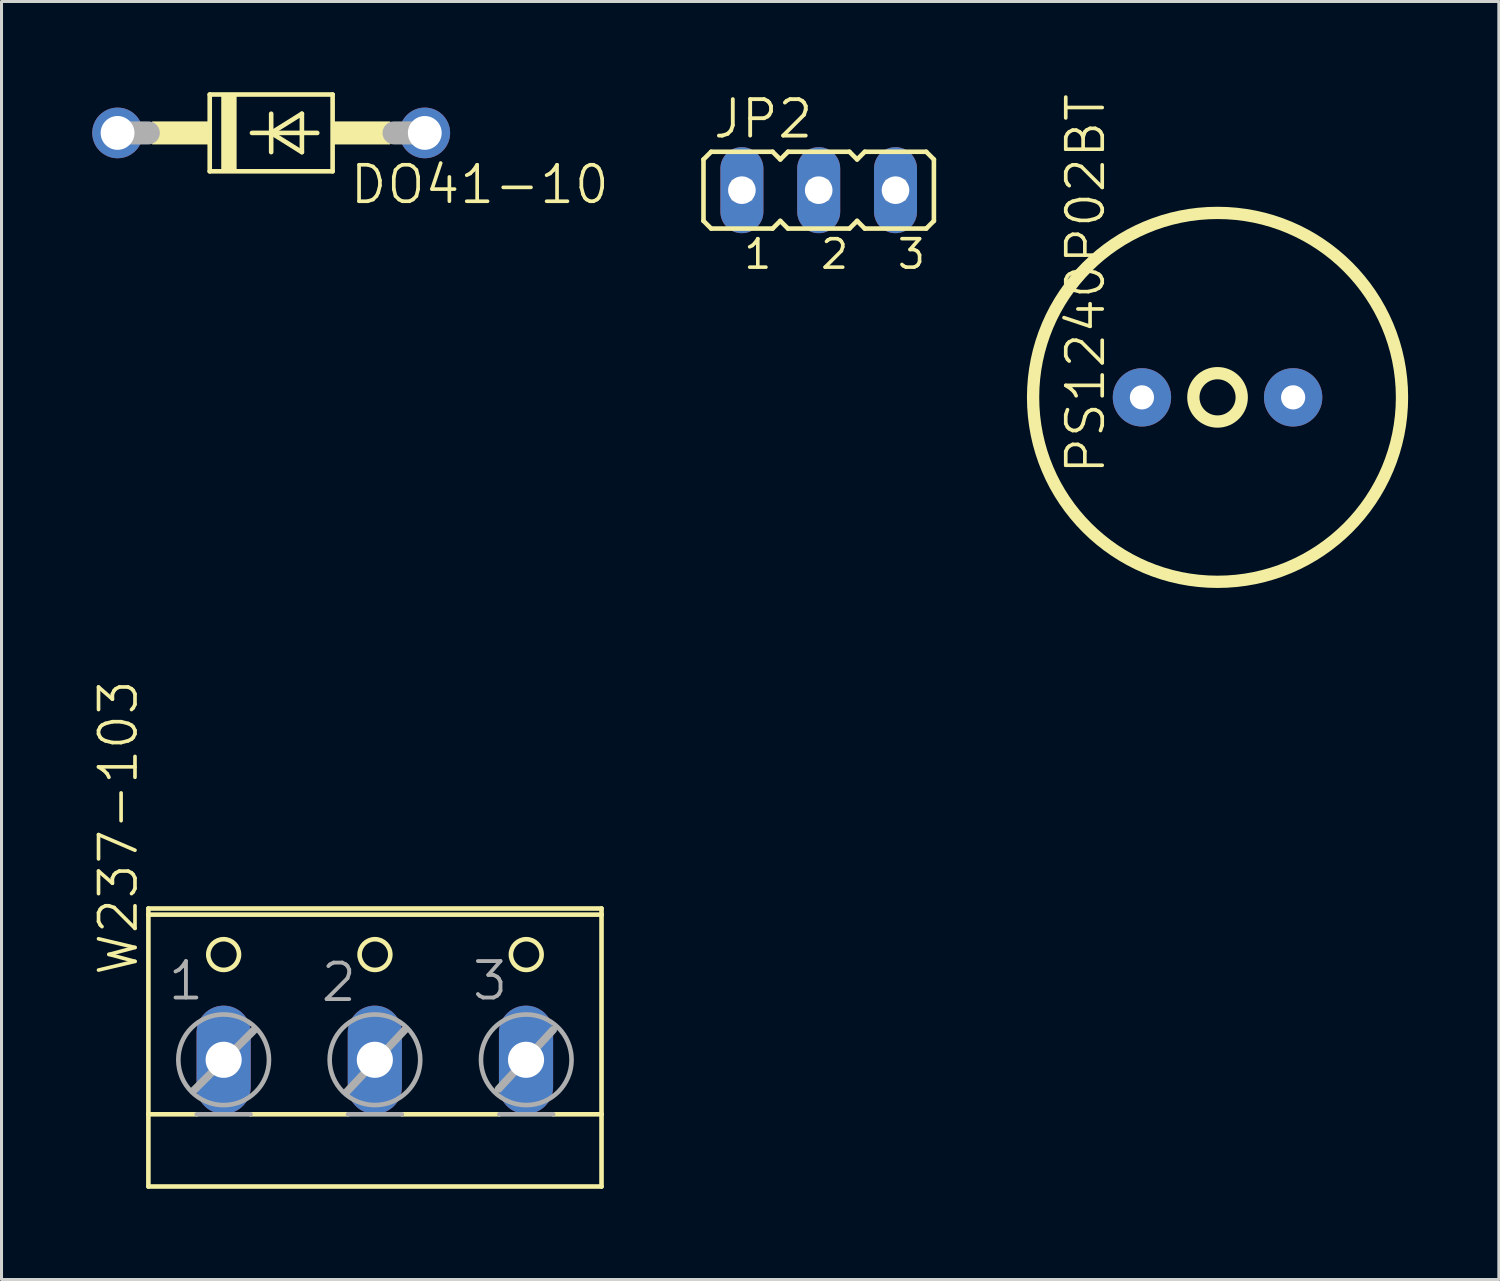
<source format=kicad_pcb>
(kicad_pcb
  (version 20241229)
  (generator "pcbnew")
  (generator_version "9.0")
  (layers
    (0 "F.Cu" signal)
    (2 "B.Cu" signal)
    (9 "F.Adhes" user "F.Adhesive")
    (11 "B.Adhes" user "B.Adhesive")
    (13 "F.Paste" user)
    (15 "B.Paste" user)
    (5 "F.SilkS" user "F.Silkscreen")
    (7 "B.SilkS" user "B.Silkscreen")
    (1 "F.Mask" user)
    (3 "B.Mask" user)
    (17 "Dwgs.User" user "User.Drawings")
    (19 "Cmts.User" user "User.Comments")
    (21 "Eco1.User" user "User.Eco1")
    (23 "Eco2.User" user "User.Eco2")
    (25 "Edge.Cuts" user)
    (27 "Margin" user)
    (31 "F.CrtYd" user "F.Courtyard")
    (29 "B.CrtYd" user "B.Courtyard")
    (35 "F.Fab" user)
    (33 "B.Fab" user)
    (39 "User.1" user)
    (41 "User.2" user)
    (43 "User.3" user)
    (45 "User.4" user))
  (footprint "JP2"
    (layer "F.Cu")
    (at 24.025 3.239)
    (property "Reference" "JP2" (at -3.556 -1.651 0) (layer "F.SilkS") (effects (font (size 1.206 1.206) (thickness 0.127)) (justify left bottom)))
    (attr through_hole)
    (fp_line (start -3.81 -1.016) (end -3.556 -1.27) (stroke (width 0.152) (type solid)) (layer "F.SilkS"))
    (fp_line (start -3.81 1.016) (end -3.81 -1.016) (stroke (width 0.152) (type solid)) (layer "F.SilkS"))
    (fp_line (start -3.81 1.016) (end -3.556 1.27) (stroke (width 0.152) (type solid)) (layer "F.SilkS"))
    (fp_line (start -1.524 -1.27) (end -3.556 -1.27) (stroke (width 0.152) (type solid)) (layer "F.SilkS"))
    (fp_line (start -1.524 -1.27) (end -1.27 -1.016) (stroke (width 0.152) (type solid)) (layer "F.SilkS"))
    (fp_line (start -1.524 1.27) (end -3.556 1.27) (stroke (width 0.152) (type solid)) (layer "F.SilkS"))
    (fp_line (start -1.524 1.27) (end -1.27 1.016) (stroke (width 0.152) (type solid)) (layer "F.SilkS"))
    (fp_line (start -1.27 -1.016) (end -1.016 -1.27) (stroke (width 0.152) (type solid)) (layer "F.SilkS"))
    (fp_line (start -1.27 1.016) (end -1.016 1.27) (stroke (width 0.152) (type solid)) (layer "F.SilkS"))
    (fp_line (start 1.016 -1.27) (end -1.016 -1.27) (stroke (width 0.152) (type solid)) (layer "F.SilkS"))
    (fp_line (start 1.016 -1.27) (end 1.27 -1.016) (stroke (width 0.152) (type solid)) (layer "F.SilkS"))
    (fp_line (start 1.016 1.27) (end -1.016 1.27) (stroke (width 0.152) (type solid)) (layer "F.SilkS"))
    (fp_line (start 1.016 1.27) (end 1.27 1.016) (stroke (width 0.152) (type solid)) (layer "F.SilkS"))
    (fp_line (start 1.27 -1.016) (end 1.524 -1.27) (stroke (width 0.152) (type solid)) (layer "F.SilkS"))
    (fp_line (start 1.27 1.016) (end 1.524 1.27) (stroke (width 0.152) (type solid)) (layer "F.SilkS"))
    (fp_line (start 3.556 -1.27) (end 1.524 -1.27) (stroke (width 0.152) (type solid)) (layer "F.SilkS"))
    (fp_line (start 3.556 -1.27) (end 3.81 -1.016) (stroke (width 0.152) (type solid)) (layer "F.SilkS"))
    (fp_line (start 3.556 1.27) (end 1.524 1.27) (stroke (width 0.152) (type solid)) (layer "F.SilkS"))
    (fp_line (start 3.556 1.27) (end 3.81 1.016) (stroke (width 0.152) (type solid)) (layer "F.SilkS"))
    (fp_line (start 3.81 -1.016) (end 3.81 1.016) (stroke (width 0.152) (type solid)) (layer "F.SilkS"))
    (fp_poly (pts (xy -2.845 0.305) (xy -2.235 0.305) (xy -2.235 -0.305) (xy -2.845 -0.305)) (stroke (width 0.1) (type solid)) (fill no) (layer "F.Fab"))
    (fp_poly (pts (xy -0.305 0.305) (xy 0.305 0.305) (xy 0.305 -0.305) (xy -0.305 -0.305)) (stroke (width 0.1) (type solid)) (fill no) (layer "F.Fab"))
    (fp_poly (pts (xy 2.235 0.305) (xy 2.845 0.305) (xy 2.845 -0.305) (xy 2.235 -0.305)) (stroke (width 0.1) (type solid)) (fill no) (layer "F.Fab"))
    (fp_text user "1" (at -2.54 2.667 0) (layer "F.SilkS") (effects (font (size 0.941 0.941) (thickness 0.119)) (justify left bottom)))
    (fp_text user "3" (at 2.54 2.667 0) (layer "F.SilkS") (effects (font (size 0.941 0.941) (thickness 0.119)) (justify left bottom)))
    (fp_text user "2" (at 0 2.667 0) (layer "F.SilkS") (effects (font (size 0.941 0.941) (thickness 0.119)) (justify left bottom)))
    (pad "1" thru_hole oval (at -2.54 0 90) (size 2.845 1.422) (drill 0.914) (layers "*.Cu" "*.Mask"))
    (pad "2" thru_hole oval (at 0 0 90) (size 2.845 1.422) (drill 0.914) (layers "*.Cu" "*.Mask"))
    (pad "3" thru_hole oval (at 2.54 0 90) (size 2.845 1.422) (drill 0.914) (layers "*.Cu" "*.Mask")))
  (footprint "DO41-10"
    (layer "F.Cu")
    (at 5.918 1.346)
    (property "Reference" "DO41-10" (at 2.54 2.413 180) (layer "F.SilkS") (effects (font (size 1.206 1.206) (thickness 0.121)) (justify left bottom)))
    (attr through_hole)
    (fp_line (start -2.032 -1.27) (end -2.032 1.27) (stroke (width 0.152) (type solid)) (layer "F.SilkS"))
    (fp_line (start -2.032 -1.27) (end 2.032 -1.27) (stroke (width 0.152) (type solid)) (layer "F.SilkS"))
    (fp_line (start -0.635 0) (end 0 0) (stroke (width 0.152) (type solid)) (layer "F.SilkS"))
    (fp_line (start 0 -0.635) (end 0 0) (stroke (width 0.152) (type solid)) (layer "F.SilkS"))
    (fp_line (start 0 0) (end 0 0.635) (stroke (width 0.152) (type solid)) (layer "F.SilkS"))
    (fp_line (start 0 0) (end 1.016 -0.635) (stroke (width 0.152) (type solid)) (layer "F.SilkS"))
    (fp_line (start 0 0) (end 1.524 0) (stroke (width 0.152) (type solid)) (layer "F.SilkS"))
    (fp_line (start 1.016 -0.635) (end 1.016 0.635) (stroke (width 0.152) (type solid)) (layer "F.SilkS"))
    (fp_line (start 1.016 0.635) (end 0 0) (stroke (width 0.152) (type solid)) (layer "F.SilkS"))
    (fp_line (start 2.032 1.27) (end -2.032 1.27) (stroke (width 0.152) (type solid)) (layer "F.SilkS"))
    (fp_line (start 2.032 1.27) (end 2.032 -1.27) (stroke (width 0.152) (type solid)) (layer "F.SilkS"))
    (fp_poly (pts (xy -3.937 0.381) (xy -2.032 0.381) (xy -2.032 -0.381) (xy -3.937 -0.381)) (stroke (width 0) (type solid)) (fill yes) (layer "F.SilkS"))
    (fp_poly (pts (xy -1.651 1.27) (xy -1.143 1.27) (xy -1.143 -1.27) (xy -1.651 -1.27)) (stroke (width 0) (type solid)) (fill yes) (layer "F.SilkS"))
    (fp_poly (pts (xy 2.032 0.381) (xy 3.937 0.381) (xy 3.937 -0.381) (xy 2.032 -0.381)) (stroke (width 0) (type solid)) (fill yes) (layer "F.SilkS"))
    (fp_line (start -5.08 0) (end -4.064 0) (stroke (width 0.762) (type solid)) (layer "F.Fab"))
    (fp_line (start 5.08 0) (end 4.064 0) (stroke (width 0.762) (type solid)) (layer "F.Fab"))
    (pad "A" thru_hole circle (at 5.08 0) (size 1.676 1.676) (drill 1.118) (layers "*.Cu" "*.Mask"))
    (pad "C" thru_hole circle (at -5.08 0) (size 1.676 1.676) (drill 1.118) (layers "*.Cu" "*.Mask")))
  (footprint "W237-103"
    (layer "F.Cu")
    (at 9.346 30.708)
    (property "Reference" "W237-103" (at -7.778 -1.426 90) (layer "F.SilkS") (effects (font (size 1.206 1.206) (thickness 0.121)) (justify left bottom)))
    (attr through_hole)
    (fp_line (start -7.489 -3.511) (end -7.489 -3.714) (stroke (width 0.152) (type solid)) (layer "F.SilkS"))
    (fp_line (start -7.489 3.093) (end -7.489 -3.511) (stroke (width 0.152) (type solid)) (layer "F.SilkS"))
    (fp_line (start -7.489 3.093) (end -5.889 3.093) (stroke (width 0.152) (type solid)) (layer "F.SilkS"))
    (fp_line (start -7.489 5.481) (end -7.489 3.093) (stroke (width 0.152) (type solid)) (layer "F.SilkS"))
    (fp_line (start -7.489 5.481) (end 7.497 5.481) (stroke (width 0.152) (type solid)) (layer "F.SilkS"))
    (fp_line (start -4.111 3.093) (end -0.885 3.093) (stroke (width 0.152) (type solid)) (layer "F.SilkS"))
    (fp_line (start 0.893 3.093) (end 4.119 3.093) (stroke (width 0.152) (type solid)) (layer "F.SilkS"))
    (fp_line (start 5.897 3.093) (end 7.497 3.093) (stroke (width 0.152) (type solid)) (layer "F.SilkS"))
    (fp_line (start 7.497 -3.714) (end -7.489 -3.714) (stroke (width 0.152) (type solid)) (layer "F.SilkS"))
    (fp_line (start 7.497 -3.714) (end 7.497 -3.511) (stroke (width 0.152) (type solid)) (layer "F.SilkS"))
    (fp_line (start 7.497 -3.511) (end -7.489 -3.511) (stroke (width 0.152) (type solid)) (layer "F.SilkS"))
    (fp_line (start 7.497 -3.511) (end 7.497 3.093) (stroke (width 0.152) (type solid)) (layer "F.SilkS"))
    (fp_line (start 7.497 3.093) (end 7.497 5.481) (stroke (width 0.152) (type solid)) (layer "F.SilkS"))
    (fp_circle (center -5 -2.19) (end -4.492 -2.19) (stroke (width 0.152) (type solid)) (fill no) (layer "F.SilkS"))
    (fp_circle (center 0.004 -2.19) (end 0.512 -2.19) (stroke (width 0.152) (type solid)) (fill no) (layer "F.SilkS"))
    (fp_circle (center 5.008 -2.19) (end 5.516 -2.19) (stroke (width 0.152) (type solid)) (fill no) (layer "F.SilkS"))
    (fp_line (start -5.991 2.306) (end -3.984 0.299) (stroke (width 0.254) (type solid)) (layer "F.Fab"))
    (fp_line (start -5.889 3.093) (end -4.111 3.093) (stroke (width 0.152) (type solid)) (layer "F.Fab"))
    (fp_line (start -0.911 2.331) (end 0.994 0.299) (stroke (width 0.254) (type solid)) (layer "F.Fab"))
    (fp_line (start -0.885 3.093) (end 0.893 3.093) (stroke (width 0.152) (type solid)) (layer "F.Fab"))
    (fp_line (start 4.093 2.255) (end 5.897 0.299) (stroke (width 0.254) (type solid)) (layer "F.Fab"))
    (fp_line (start 4.119 3.093) (end 5.897 3.093) (stroke (width 0.152) (type solid)) (layer "F.Fab"))
    (fp_circle (center -5 1.29) (end -3.501 1.29) (stroke (width 0.152) (type solid)) (fill no) (layer "F.Fab"))
    (fp_circle (center 0.004 1.29) (end 1.502 1.29) (stroke (width 0.152) (type solid)) (fill no) (layer "F.Fab"))
    (fp_circle (center 5.008 1.29) (end 6.506 1.29) (stroke (width 0.152) (type solid)) (fill no) (layer "F.Fab"))
    (fp_text user "2" (at -1.85 -0.564 0) (layer "F.Fab") (effects (font (size 1.206 1.206) (thickness 0.127)) (justify left bottom)))
    (fp_text user "3" (at 3.153 -0.615 0) (layer "F.Fab") (effects (font (size 1.206 1.206) (thickness 0.127)) (justify left bottom)))
    (fp_text user "1" (at -6.905 -0.615 0) (layer "F.Fab") (effects (font (size 1.206 1.206) (thickness 0.127)) (justify left bottom)))
    (pad "1" thru_hole oval (at -5 1.29 90) (size 3.581 1.791) (drill 1.194) (layers "*.Cu" "*.Mask"))
    (pad "2" thru_hole oval (at 0 1.29 90) (size 3.581 1.791) (drill 1.194) (layers "*.Cu" "*.Mask"))
    (pad "3" thru_hole oval (at 5 1.29 90) (size 3.581 1.791) (drill 1.194) (layers "*.Cu" "*.Mask")))
  (footprint "PS1240P02BT"
    (layer "F.Cu")
    (at 37.215 10.091)
    (property "Reference" "PS1240P02BT" (at -3.66 2.612 90) (layer "F.SilkS") (effects (font (size 1.206 1.206) (thickness 0.121)) (justify left bottom)))
    (attr through_hole)
    (fp_circle (center 0 0) (end 0.8 0) (stroke (width 0.406) (type solid)) (fill no) (layer "F.SilkS"))
    (fp_circle (center 0 0) (end 6.1 0) (stroke (width 0.406) (type solid)) (fill no) (layer "F.SilkS"))
    (pad "1" thru_hole circle (at -2.5 0) (size 1.93 1.93) (drill 0.8) (layers "*.Cu" "*.Mask"))
    (pad "2" thru_hole circle (at 2.5 0) (size 1.93 1.93) (drill 0.8) (layers "*.Cu" "*.Mask")))
  (gr_rect
    (start -3 -3)
    (end 46.518 39.265)
    (stroke (width 0.1) (type default))
    (fill no)
    (layer "Edge.Cuts")))
</source>
